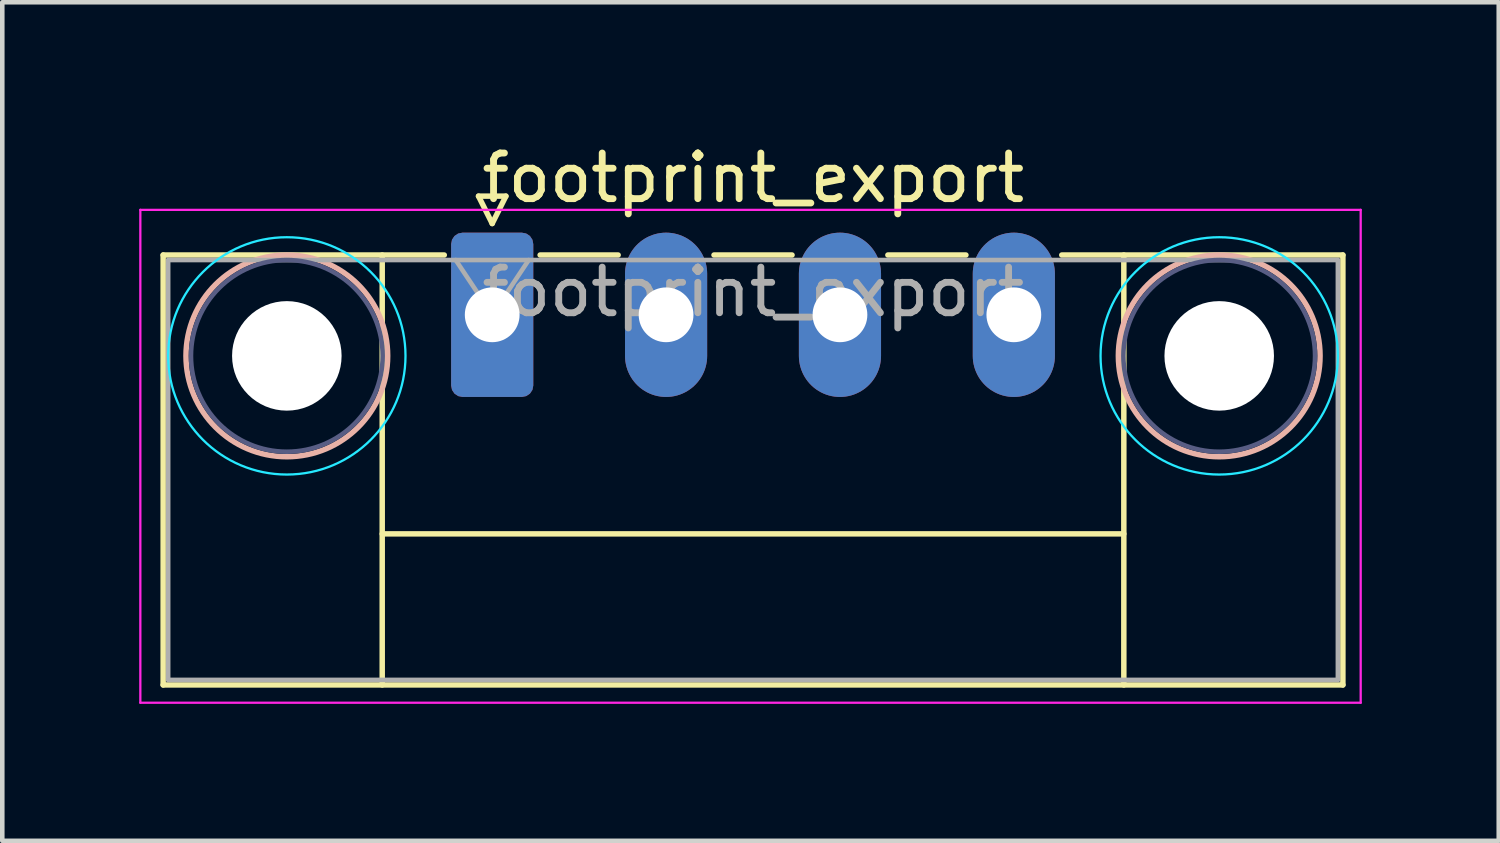
<source format=kicad_pcb>
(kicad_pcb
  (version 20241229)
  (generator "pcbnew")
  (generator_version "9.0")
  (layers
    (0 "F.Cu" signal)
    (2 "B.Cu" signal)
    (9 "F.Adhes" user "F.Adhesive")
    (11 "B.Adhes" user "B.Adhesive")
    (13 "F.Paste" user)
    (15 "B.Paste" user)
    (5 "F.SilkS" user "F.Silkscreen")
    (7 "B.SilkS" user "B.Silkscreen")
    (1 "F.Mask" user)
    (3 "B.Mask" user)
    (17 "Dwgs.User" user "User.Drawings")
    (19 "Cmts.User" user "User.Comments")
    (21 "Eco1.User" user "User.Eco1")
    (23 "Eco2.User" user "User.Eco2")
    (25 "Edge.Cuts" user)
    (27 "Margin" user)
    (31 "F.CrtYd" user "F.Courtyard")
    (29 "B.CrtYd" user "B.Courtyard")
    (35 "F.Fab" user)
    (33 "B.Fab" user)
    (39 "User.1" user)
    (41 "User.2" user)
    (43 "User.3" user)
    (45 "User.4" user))
  (footprint "footprint_export"
    (layer "F.Cu")
    (at 7.735 3.848)
    (property "Reference" "footprint_export" (at 5.72 -3 0) (layer "F.SilkS") (effects (font (size 1 1) (thickness 0.15))))
    (attr through_hole)
    (fp_line (start -7.21 -1.31) (end -7.21 8.11) (stroke (width 0.12) (type solid)) (layer "F.SilkS"))
    (fp_line (start -7.21 -1.31) (end -1.05 -1.31) (stroke (width 0.12) (type solid)) (layer "F.SilkS"))
    (fp_line (start -7.21 8.11) (end 18.64 8.11) (stroke (width 0.12) (type solid)) (layer "F.SilkS"))
    (fp_line (start -2.41 -1.31) (end -2.41 8.11) (stroke (width 0.12) (type solid)) (layer "F.SilkS"))
    (fp_line (start -2.41 4.8) (end 13.84 4.8) (stroke (width 0.12) (type solid)) (layer "F.SilkS"))
    (fp_line (start -0.3 -2.6) (end 0.3 -2.6) (stroke (width 0.12) (type solid)) (layer "F.SilkS"))
    (fp_line (start 0 -2) (end -0.3 -2.6) (stroke (width 0.12) (type solid)) (layer "F.SilkS"))
    (fp_line (start 0.3 -2.6) (end 0 -2) (stroke (width 0.12) (type solid)) (layer "F.SilkS"))
    (fp_line (start 1.05 -1.31) (end 2.76 -1.31) (stroke (width 0.12) (type solid)) (layer "F.SilkS"))
    (fp_line (start 4.86 -1.31) (end 6.57 -1.31) (stroke (width 0.12) (type solid)) (layer "F.SilkS"))
    (fp_line (start 8.67 -1.31) (end 10.38 -1.31) (stroke (width 0.12) (type solid)) (layer "F.SilkS"))
    (fp_line (start 13.84 -1.31) (end 13.84 8.11) (stroke (width 0.12) (type solid)) (layer "F.SilkS"))
    (fp_line (start 18.64 -1.31) (end 12.48 -1.31) (stroke (width 0.12) (type solid)) (layer "F.SilkS"))
    (fp_line (start 18.64 8.11) (end 18.64 -1.31) (stroke (width 0.12) (type solid)) (layer "F.SilkS"))
    (fp_circle (center -4.5 0.9) (end -2.29 0.9) (stroke (width 0.12) (type solid)) (fill no) (layer "B.SilkS"))
    (fp_circle (center 15.93 0.9) (end 18.14 0.9) (stroke (width 0.12) (type solid)) (fill no) (layer "B.SilkS"))
    (fp_circle (center -4.5 0.9) (end -1.9 0.9) (stroke (width 0.05) (type solid)) (fill no) (layer "B.CrtYd"))
    (fp_circle (center 15.93 0.9) (end 18.53 0.9) (stroke (width 0.05) (type solid)) (fill no) (layer "B.CrtYd"))
    (fp_line (start -7.71 -2.3) (end -7.71 8.5) (stroke (width 0.05) (type solid)) (layer "F.CrtYd"))
    (fp_line (start -7.71 8.5) (end 19.03 8.5) (stroke (width 0.05) (type solid)) (layer "F.CrtYd"))
    (fp_line (start 19.03 -2.3) (end -7.71 -2.3) (stroke (width 0.05) (type solid)) (layer "F.CrtYd"))
    (fp_line (start 19.03 8.5) (end 19.03 -2.3) (stroke (width 0.05) (type solid)) (layer "F.CrtYd"))
    (fp_circle (center -4.5 0.9) (end -2.4 0.9) (stroke (width 0.1) (type solid)) (fill no) (layer "B.Fab"))
    (fp_circle (center 15.93 0.9) (end 18.03 0.9) (stroke (width 0.1) (type solid)) (fill no) (layer "B.Fab"))
    (fp_line (start -7.1 -1.2) (end -7.1 8) (stroke (width 0.1) (type solid)) (layer "F.Fab"))
    (fp_line (start -7.1 8) (end 18.53 8) (stroke (width 0.1) (type solid)) (layer "F.Fab"))
    (fp_line (start 0 0) (end -0.8 -1.2) (stroke (width 0.1) (type solid)) (layer "F.Fab"))
    (fp_line (start 0.8 -1.2) (end 0 0) (stroke (width 0.1) (type solid)) (layer "F.Fab"))
    (fp_line (start 18.53 -1.2) (end -7.1 -1.2) (stroke (width 0.1) (type solid)) (layer "F.Fab"))
    (fp_line (start 18.53 8) (end 18.53 -1.2) (stroke (width 0.1) (type solid)) (layer "F.Fab"))
    (fp_text user "${REFERENCE}" (at 5.72 -0.5 0) (layer "F.Fab") (effects (font (size 1 1) (thickness 0.15))))
    (pad "" np_thru_hole circle (at -4.5 0.9) (size 2.4 2.4) (drill 2.4) (layers "*.Cu" "*.Mask"))
    (pad "" np_thru_hole circle (at 15.93 0.9) (size 2.4 2.4) (drill 2.4) (layers "*.Cu" "*.Mask"))
    (pad "1" thru_hole roundrect (at 0 0) (size 1.8 3.6) (drill 1.2) (layers "*.Cu" "*.Mask") (roundrect_rratio 0.139))
    (pad "2" thru_hole oval (at 3.81 0) (size 1.8 3.6) (drill 1.2) (layers "*.Cu" "*.Mask"))
    (pad "3" thru_hole oval (at 7.62 0) (size 1.8 3.6) (drill 1.2) (layers "*.Cu" "*.Mask"))
    (pad "4" thru_hole oval (at 11.43 0) (size 1.8 3.6) (drill 1.2) (layers "*.Cu" "*.Mask")))
  (gr_rect
    (start -3 -3)
    (end 29.79 15.373)
    (stroke (width 0.1) (type default))
    (fill no)
    (layer "Edge.Cuts")))
</source>
